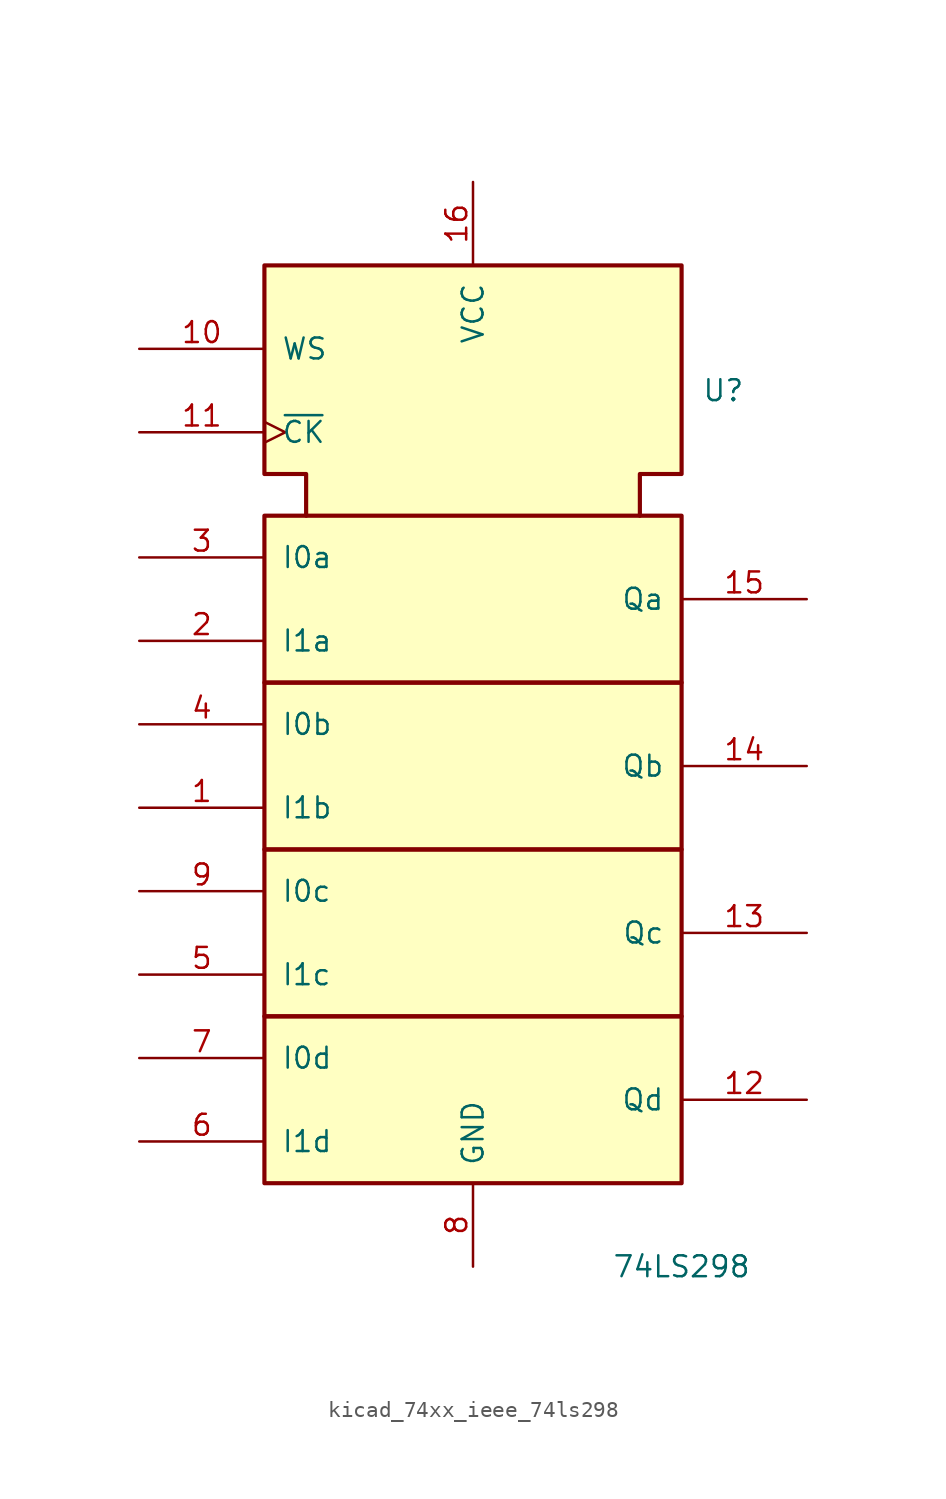
<source format=kicad_sym>
(kicad_symbol_lib
  (version 20220914)
  (generator kicad_symbol_editor)
  (symbol "kicad_74xx_ieee_74ls298"
    (pin_names
      (offset 1.016))
    (property "Reference" "U"
      (at 15.24 20.32 0)
      (effects (font (size 1.27 1.27))))
    (property "Value" "74LS298"
      (at 12.7 -33.02 0)
      (effects (font (size 1.27 1.27))))
    (symbol "kicad_74xx_ieee_74ls298_0_0"
      (rectangle (start -12.7 -17.78) (end 12.7 -27.94) (stroke (width 0.254) (type default)) (fill (type background)))
      (rectangle (start -12.7 -7.62) (end 12.7 -17.78) (stroke (width 0.254) (type default)) (fill (type background)))
      (rectangle (start -12.7 2.54) (end 12.7 -7.62) (stroke (width 0.254) (type default)) (fill (type background)))
      (rectangle (start -12.7 12.7) (end 12.7 2.54) (stroke (width 0.254) (type default)) (fill (type background)))
      (polyline (pts (xy -10.16 12.7) (xy -10.16 15.24) (xy -12.7 15.24) (xy -12.7 27.94) (xy 12.7 27.94) (xy 12.7 15.24) (xy 10.16 15.24) (xy 10.16 12.7) (xy 10.16 12.7)) (stroke (width 0.254) (type default)) (fill (type background)))
      (pin power_in line (at 0 33.02 270) (length 5.08) (name "VCC" (effects (font (size 1.27 1.27)))) (number "16" (effects (font (size 1.27 1.27)))))
      (pin power_in line (at 0 -33.02 90) (length 5.08) (name "GND" (effects (font (size 1.27 1.27)))) (number "8" (effects (font (size 1.27 1.27))))))
    (symbol "kicad_74xx_ieee_74ls298_1_1"
      (pin input line (at -20.32 -5.08 0) (length 7.62) (name "I1b" (effects (font (size 1.27 1.27)))) (number "1" (effects (font (size 1.27 1.27)))))
      (pin input line (at -20.32 22.86 0) (length 7.62) (name "WS" (effects (font (size 1.27 1.27)))) (number "10" (effects (font (size 1.27 1.27)))))
      (pin input clock (at -20.32 17.78 0) (length 7.62) (name "~{CK}" (effects (font (size 1.27 1.27)))) (number "11" (effects (font (size 1.27 1.27)))))
      (pin tri_state line (at 20.32 -22.86 180) (length 7.62) (name "Qd" (effects (font (size 1.27 1.27)))) (number "12" (effects (font (size 1.27 1.27)))))
      (pin tri_state line (at 20.32 -12.7 180) (length 7.62) (name "Qc" (effects (font (size 1.27 1.27)))) (number "13" (effects (font (size 1.27 1.27)))))
      (pin tri_state line (at 20.32 -2.54 180) (length 7.62) (name "Qb" (effects (font (size 1.27 1.27)))) (number "14" (effects (font (size 1.27 1.27)))))
      (pin tri_state line (at 20.32 7.62 180) (length 7.62) (name "Qa" (effects (font (size 1.27 1.27)))) (number "15" (effects (font (size 1.27 1.27)))))
      (pin input line (at -20.32 5.08 0) (length 7.62) (name "I1a" (effects (font (size 1.27 1.27)))) (number "2" (effects (font (size 1.27 1.27)))))
      (pin input line (at -20.32 10.16 0) (length 7.62) (name "I0a" (effects (font (size 1.27 1.27)))) (number "3" (effects (font (size 1.27 1.27)))))
      (pin input line (at -20.32 0 0) (length 7.62) (name "I0b" (effects (font (size 1.27 1.27)))) (number "4" (effects (font (size 1.27 1.27)))))
      (pin input line (at -20.32 -15.24 0) (length 7.62) (name "I1c" (effects (font (size 1.27 1.27)))) (number "5" (effects (font (size 1.27 1.27)))))
      (pin input line (at -20.32 -25.4 0) (length 7.62) (name "I1d" (effects (font (size 1.27 1.27)))) (number "6" (effects (font (size 1.27 1.27)))))
      (pin input line (at -20.32 -20.32 0) (length 7.62) (name "I0d" (effects (font (size 1.27 1.27)))) (number "7" (effects (font (size 1.27 1.27)))))
      (pin input line (at -20.32 -10.16 0) (length 7.62) (name "I0c" (effects (font (size 1.27 1.27)))) (number "9" (effects (font (size 1.27 1.27))))))))
</source>
